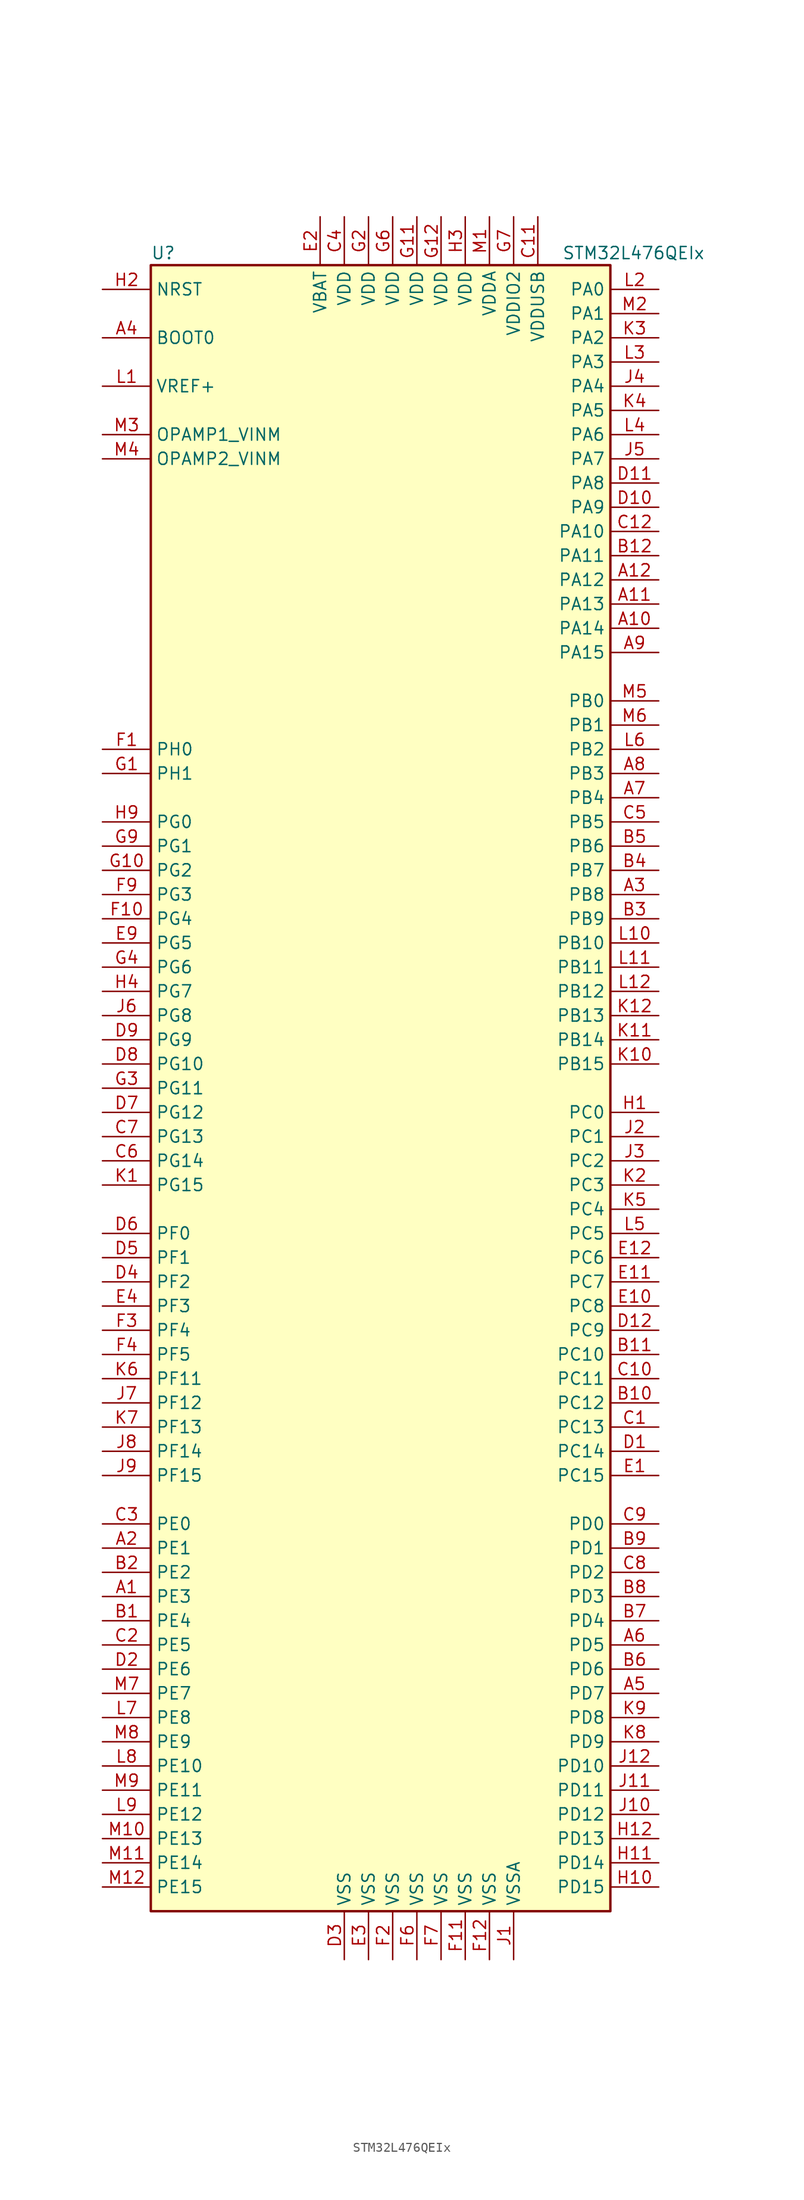
<source format=kicad_sym>
(kicad_symbol_lib
  (version 20201005)
  (generator kicad_symbol_editor)
  (symbol "MCU_ST_STM32L4:STM32L476QEIx"
    (property "Reference" "U"
      (at -25.4 87.63 0)
      (effects (font (size 1.27 1.27)) (justify left)))
    (property "Value" "STM32L476QEIx"
      (at 17.78 87.63 0)
      (effects (font (size 1.27 1.27)) (justify left)))
    (symbol "STM32L476QEIx_0_1"
      (rectangle (start -25.4 -86.36) (end 22.86 86.36) (stroke (width 0.254)) (fill (type background))))
    (symbol "STM32L476QEIx_1_1"
      (pin bidirectional line (at -30.48 -53.34 0) (length 5.08) (name "PE3" (effects (font (size 1.27 1.27)))) (number "A1" (effects (font (size 1.27 1.27)))))
      (pin bidirectional line (at 27.94 48.26 180) (length 5.08) (name "PA14" (effects (font (size 1.27 1.27)))) (number "A10" (effects (font (size 1.27 1.27)))))
      (pin bidirectional line (at 27.94 50.8 180) (length 5.08) (name "PA13" (effects (font (size 1.27 1.27)))) (number "A11" (effects (font (size 1.27 1.27)))))
      (pin bidirectional line (at 27.94 53.34 180) (length 5.08) (name "PA12" (effects (font (size 1.27 1.27)))) (number "A12" (effects (font (size 1.27 1.27)))))
      (pin bidirectional line (at -30.48 -48.26 0) (length 5.08) (name "PE1" (effects (font (size 1.27 1.27)))) (number "A2" (effects (font (size 1.27 1.27)))))
      (pin bidirectional line (at 27.94 20.32 180) (length 5.08) (name "PB8" (effects (font (size 1.27 1.27)))) (number "A3" (effects (font (size 1.27 1.27)))))
      (pin input line (at -30.48 78.74 0) (length 5.08) (name "BOOT0" (effects (font (size 1.27 1.27)))) (number "A4" (effects (font (size 1.27 1.27)))))
      (pin bidirectional line (at 27.94 -63.5 180) (length 5.08) (name "PD7" (effects (font (size 1.27 1.27)))) (number "A5" (effects (font (size 1.27 1.27)))))
      (pin bidirectional line (at 27.94 -58.42 180) (length 5.08) (name "PD5" (effects (font (size 1.27 1.27)))) (number "A6" (effects (font (size 1.27 1.27)))))
      (pin bidirectional line (at 27.94 30.48 180) (length 5.08) (name "PB4" (effects (font (size 1.27 1.27)))) (number "A7" (effects (font (size 1.27 1.27)))))
      (pin bidirectional line (at 27.94 33.02 180) (length 5.08) (name "PB3" (effects (font (size 1.27 1.27)))) (number "A8" (effects (font (size 1.27 1.27)))))
      (pin bidirectional line (at 27.94 45.72 180) (length 5.08) (name "PA15" (effects (font (size 1.27 1.27)))) (number "A9" (effects (font (size 1.27 1.27)))))
      (pin bidirectional line (at -30.48 -55.88 0) (length 5.08) (name "PE4" (effects (font (size 1.27 1.27)))) (number "B1" (effects (font (size 1.27 1.27)))))
      (pin bidirectional line (at 27.94 -33.02 180) (length 5.08) (name "PC12" (effects (font (size 1.27 1.27)))) (number "B10" (effects (font (size 1.27 1.27)))))
      (pin bidirectional line (at 27.94 -27.94 180) (length 5.08) (name "PC10" (effects (font (size 1.27 1.27)))) (number "B11" (effects (font (size 1.27 1.27)))))
      (pin bidirectional line (at 27.94 55.88 180) (length 5.08) (name "PA11" (effects (font (size 1.27 1.27)))) (number "B12" (effects (font (size 1.27 1.27)))))
      (pin bidirectional line (at -30.48 -50.8 0) (length 5.08) (name "PE2" (effects (font (size 1.27 1.27)))) (number "B2" (effects (font (size 1.27 1.27)))))
      (pin bidirectional line (at 27.94 17.78 180) (length 5.08) (name "PB9" (effects (font (size 1.27 1.27)))) (number "B3" (effects (font (size 1.27 1.27)))))
      (pin bidirectional line (at 27.94 22.86 180) (length 5.08) (name "PB7" (effects (font (size 1.27 1.27)))) (number "B4" (effects (font (size 1.27 1.27)))))
      (pin bidirectional line (at 27.94 25.4 180) (length 5.08) (name "PB6" (effects (font (size 1.27 1.27)))) (number "B5" (effects (font (size 1.27 1.27)))))
      (pin bidirectional line (at 27.94 -60.96 180) (length 5.08) (name "PD6" (effects (font (size 1.27 1.27)))) (number "B6" (effects (font (size 1.27 1.27)))))
      (pin bidirectional line (at 27.94 -55.88 180) (length 5.08) (name "PD4" (effects (font (size 1.27 1.27)))) (number "B7" (effects (font (size 1.27 1.27)))))
      (pin bidirectional line (at 27.94 -53.34 180) (length 5.08) (name "PD3" (effects (font (size 1.27 1.27)))) (number "B8" (effects (font (size 1.27 1.27)))))
      (pin bidirectional line (at 27.94 -48.26 180) (length 5.08) (name "PD1" (effects (font (size 1.27 1.27)))) (number "B9" (effects (font (size 1.27 1.27)))))
      (pin bidirectional line (at 27.94 -35.56 180) (length 5.08) (name "PC13" (effects (font (size 1.27 1.27)))) (number "C1" (effects (font (size 1.27 1.27)))))
      (pin bidirectional line (at 27.94 -30.48 180) (length 5.08) (name "PC11" (effects (font (size 1.27 1.27)))) (number "C10" (effects (font (size 1.27 1.27)))))
      (pin power_in line (at 15.24 91.44 270) (length 5.08) (name "VDDUSB" (effects (font (size 1.27 1.27)))) (number "C11" (effects (font (size 1.27 1.27)))))
      (pin bidirectional line (at 27.94 58.42 180) (length 5.08) (name "PA10" (effects (font (size 1.27 1.27)))) (number "C12" (effects (font (size 1.27 1.27)))))
      (pin bidirectional line (at -30.48 -58.42 0) (length 5.08) (name "PE5" (effects (font (size 1.27 1.27)))) (number "C2" (effects (font (size 1.27 1.27)))))
      (pin bidirectional line (at -30.48 -45.72 0) (length 5.08) (name "PE0" (effects (font (size 1.27 1.27)))) (number "C3" (effects (font (size 1.27 1.27)))))
      (pin power_in line (at -5.08 91.44 270) (length 5.08) (name "VDD" (effects (font (size 1.27 1.27)))) (number "C4" (effects (font (size 1.27 1.27)))))
      (pin bidirectional line (at 27.94 27.94 180) (length 5.08) (name "PB5" (effects (font (size 1.27 1.27)))) (number "C5" (effects (font (size 1.27 1.27)))))
      (pin bidirectional line (at -30.48 -7.62 0) (length 5.08) (name "PG14" (effects (font (size 1.27 1.27)))) (number "C6" (effects (font (size 1.27 1.27)))))
      (pin bidirectional line (at -30.48 -5.08 0) (length 5.08) (name "PG13" (effects (font (size 1.27 1.27)))) (number "C7" (effects (font (size 1.27 1.27)))))
      (pin bidirectional line (at 27.94 -50.8 180) (length 5.08) (name "PD2" (effects (font (size 1.27 1.27)))) (number "C8" (effects (font (size 1.27 1.27)))))
      (pin bidirectional line (at 27.94 -45.72 180) (length 5.08) (name "PD0" (effects (font (size 1.27 1.27)))) (number "C9" (effects (font (size 1.27 1.27)))))
      (pin bidirectional line (at 27.94 -38.1 180) (length 5.08) (name "PC14" (effects (font (size 1.27 1.27)))) (number "D1" (effects (font (size 1.27 1.27)))))
      (pin bidirectional line (at 27.94 60.96 180) (length 5.08) (name "PA9" (effects (font (size 1.27 1.27)))) (number "D10" (effects (font (size 1.27 1.27)))))
      (pin bidirectional line (at 27.94 63.5 180) (length 5.08) (name "PA8" (effects (font (size 1.27 1.27)))) (number "D11" (effects (font (size 1.27 1.27)))))
      (pin bidirectional line (at 27.94 -25.4 180) (length 5.08) (name "PC9" (effects (font (size 1.27 1.27)))) (number "D12" (effects (font (size 1.27 1.27)))))
      (pin bidirectional line (at -30.48 -60.96 0) (length 5.08) (name "PE6" (effects (font (size 1.27 1.27)))) (number "D2" (effects (font (size 1.27 1.27)))))
      (pin power_in line (at -5.08 -91.44 90) (length 5.08) (name "VSS" (effects (font (size 1.27 1.27)))) (number "D3" (effects (font (size 1.27 1.27)))))
      (pin bidirectional line (at -30.48 -20.32 0) (length 5.08) (name "PF2" (effects (font (size 1.27 1.27)))) (number "D4" (effects (font (size 1.27 1.27)))))
      (pin bidirectional line (at -30.48 -17.78 0) (length 5.08) (name "PF1" (effects (font (size 1.27 1.27)))) (number "D5" (effects (font (size 1.27 1.27)))))
      (pin bidirectional line (at -30.48 -15.24 0) (length 5.08) (name "PF0" (effects (font (size 1.27 1.27)))) (number "D6" (effects (font (size 1.27 1.27)))))
      (pin bidirectional line (at -30.48 -2.54 0) (length 5.08) (name "PG12" (effects (font (size 1.27 1.27)))) (number "D7" (effects (font (size 1.27 1.27)))))
      (pin bidirectional line (at -30.48 2.54 0) (length 5.08) (name "PG10" (effects (font (size 1.27 1.27)))) (number "D8" (effects (font (size 1.27 1.27)))))
      (pin bidirectional line (at -30.48 5.08 0) (length 5.08) (name "PG9" (effects (font (size 1.27 1.27)))) (number "D9" (effects (font (size 1.27 1.27)))))
      (pin bidirectional line (at 27.94 -40.64 180) (length 5.08) (name "PC15" (effects (font (size 1.27 1.27)))) (number "E1" (effects (font (size 1.27 1.27)))))
      (pin bidirectional line (at 27.94 -22.86 180) (length 5.08) (name "PC8" (effects (font (size 1.27 1.27)))) (number "E10" (effects (font (size 1.27 1.27)))))
      (pin bidirectional line (at 27.94 -20.32 180) (length 5.08) (name "PC7" (effects (font (size 1.27 1.27)))) (number "E11" (effects (font (size 1.27 1.27)))))
      (pin bidirectional line (at 27.94 -17.78 180) (length 5.08) (name "PC6" (effects (font (size 1.27 1.27)))) (number "E12" (effects (font (size 1.27 1.27)))))
      (pin power_in line (at -7.62 91.44 270) (length 5.08) (name "VBAT" (effects (font (size 1.27 1.27)))) (number "E2" (effects (font (size 1.27 1.27)))))
      (pin power_in line (at -2.54 -91.44 90) (length 5.08) (name "VSS" (effects (font (size 1.27 1.27)))) (number "E3" (effects (font (size 1.27 1.27)))))
      (pin bidirectional line (at -30.48 -22.86 0) (length 5.08) (name "PF3" (effects (font (size 1.27 1.27)))) (number "E4" (effects (font (size 1.27 1.27)))))
      (pin bidirectional line (at -30.48 15.24 0) (length 5.08) (name "PG5" (effects (font (size 1.27 1.27)))) (number "E9" (effects (font (size 1.27 1.27)))))
      (pin input line (at -30.48 35.56 0) (length 5.08) (name "PH0" (effects (font (size 1.27 1.27)))) (number "F1" (effects (font (size 1.27 1.27)))))
      (pin bidirectional line (at -30.48 17.78 0) (length 5.08) (name "PG4" (effects (font (size 1.27 1.27)))) (number "F10" (effects (font (size 1.27 1.27)))))
      (pin power_in line (at 7.62 -91.44 90) (length 5.08) (name "VSS" (effects (font (size 1.27 1.27)))) (number "F11" (effects (font (size 1.27 1.27)))))
      (pin power_in line (at 10.16 -91.44 90) (length 5.08) (name "VSS" (effects (font (size 1.27 1.27)))) (number "F12" (effects (font (size 1.27 1.27)))))
      (pin power_in line (at 0 -91.44 90) (length 5.08) (name "VSS" (effects (font (size 1.27 1.27)))) (number "F2" (effects (font (size 1.27 1.27)))))
      (pin bidirectional line (at -30.48 -25.4 0) (length 5.08) (name "PF4" (effects (font (size 1.27 1.27)))) (number "F3" (effects (font (size 1.27 1.27)))))
      (pin bidirectional line (at -30.48 -27.94 0) (length 5.08) (name "PF5" (effects (font (size 1.27 1.27)))) (number "F4" (effects (font (size 1.27 1.27)))))
      (pin power_in line (at 2.54 -91.44 90) (length 5.08) (name "VSS" (effects (font (size 1.27 1.27)))) (number "F6" (effects (font (size 1.27 1.27)))))
      (pin power_in line (at 5.08 -91.44 90) (length 5.08) (name "VSS" (effects (font (size 1.27 1.27)))) (number "F7" (effects (font (size 1.27 1.27)))))
      (pin bidirectional line (at -30.48 20.32 0) (length 5.08) (name "PG3" (effects (font (size 1.27 1.27)))) (number "F9" (effects (font (size 1.27 1.27)))))
      (pin input line (at -30.48 33.02 0) (length 5.08) (name "PH1" (effects (font (size 1.27 1.27)))) (number "G1" (effects (font (size 1.27 1.27)))))
      (pin bidirectional line (at -30.48 22.86 0) (length 5.08) (name "PG2" (effects (font (size 1.27 1.27)))) (number "G10" (effects (font (size 1.27 1.27)))))
      (pin power_in line (at 2.54 91.44 270) (length 5.08) (name "VDD" (effects (font (size 1.27 1.27)))) (number "G11" (effects (font (size 1.27 1.27)))))
      (pin power_in line (at 5.08 91.44 270) (length 5.08) (name "VDD" (effects (font (size 1.27 1.27)))) (number "G12" (effects (font (size 1.27 1.27)))))
      (pin power_in line (at -2.54 91.44 270) (length 5.08) (name "VDD" (effects (font (size 1.27 1.27)))) (number "G2" (effects (font (size 1.27 1.27)))))
      (pin bidirectional line (at -30.48 0 0) (length 5.08) (name "PG11" (effects (font (size 1.27 1.27)))) (number "G3" (effects (font (size 1.27 1.27)))))
      (pin bidirectional line (at -30.48 12.7 0) (length 5.08) (name "PG6" (effects (font (size 1.27 1.27)))) (number "G4" (effects (font (size 1.27 1.27)))))
      (pin power_in line (at 0 91.44 270) (length 5.08) (name "VDD" (effects (font (size 1.27 1.27)))) (number "G6" (effects (font (size 1.27 1.27)))))
      (pin power_in line (at 12.7 91.44 270) (length 5.08) (name "VDDIO2" (effects (font (size 1.27 1.27)))) (number "G7" (effects (font (size 1.27 1.27)))))
      (pin bidirectional line (at -30.48 25.4 0) (length 5.08) (name "PG1" (effects (font (size 1.27 1.27)))) (number "G9" (effects (font (size 1.27 1.27)))))
      (pin bidirectional line (at 27.94 -2.54 180) (length 5.08) (name "PC0" (effects (font (size 1.27 1.27)))) (number "H1" (effects (font (size 1.27 1.27)))))
      (pin bidirectional line (at 27.94 -83.82 180) (length 5.08) (name "PD15" (effects (font (size 1.27 1.27)))) (number "H10" (effects (font (size 1.27 1.27)))))
      (pin bidirectional line (at 27.94 -81.28 180) (length 5.08) (name "PD14" (effects (font (size 1.27 1.27)))) (number "H11" (effects (font (size 1.27 1.27)))))
      (pin bidirectional line (at 27.94 -78.74 180) (length 5.08) (name "PD13" (effects (font (size 1.27 1.27)))) (number "H12" (effects (font (size 1.27 1.27)))))
      (pin input line (at -30.48 83.82 0) (length 5.08) (name "NRST" (effects (font (size 1.27 1.27)))) (number "H2" (effects (font (size 1.27 1.27)))))
      (pin power_in line (at 7.62 91.44 270) (length 5.08) (name "VDD" (effects (font (size 1.27 1.27)))) (number "H3" (effects (font (size 1.27 1.27)))))
      (pin bidirectional line (at -30.48 10.16 0) (length 5.08) (name "PG7" (effects (font (size 1.27 1.27)))) (number "H4" (effects (font (size 1.27 1.27)))))
      (pin bidirectional line (at -30.48 27.94 0) (length 5.08) (name "PG0" (effects (font (size 1.27 1.27)))) (number "H9" (effects (font (size 1.27 1.27)))))
      (pin power_in line (at 12.7 -91.44 90) (length 5.08) (name "VSSA" (effects (font (size 1.27 1.27)))) (number "J1" (effects (font (size 1.27 1.27)))))
      (pin bidirectional line (at 27.94 -76.2 180) (length 5.08) (name "PD12" (effects (font (size 1.27 1.27)))) (number "J10" (effects (font (size 1.27 1.27)))))
      (pin bidirectional line (at 27.94 -73.66 180) (length 5.08) (name "PD11" (effects (font (size 1.27 1.27)))) (number "J11" (effects (font (size 1.27 1.27)))))
      (pin bidirectional line (at 27.94 -71.12 180) (length 5.08) (name "PD10" (effects (font (size 1.27 1.27)))) (number "J12" (effects (font (size 1.27 1.27)))))
      (pin bidirectional line (at 27.94 -5.08 180) (length 5.08) (name "PC1" (effects (font (size 1.27 1.27)))) (number "J2" (effects (font (size 1.27 1.27)))))
      (pin bidirectional line (at 27.94 -7.62 180) (length 5.08) (name "PC2" (effects (font (size 1.27 1.27)))) (number "J3" (effects (font (size 1.27 1.27)))))
      (pin bidirectional line (at 27.94 73.66 180) (length 5.08) (name "PA4" (effects (font (size 1.27 1.27)))) (number "J4" (effects (font (size 1.27 1.27)))))
      (pin bidirectional line (at 27.94 66.04 180) (length 5.08) (name "PA7" (effects (font (size 1.27 1.27)))) (number "J5" (effects (font (size 1.27 1.27)))))
      (pin bidirectional line (at -30.48 7.62 0) (length 5.08) (name "PG8" (effects (font (size 1.27 1.27)))) (number "J6" (effects (font (size 1.27 1.27)))))
      (pin bidirectional line (at -30.48 -33.02 0) (length 5.08) (name "PF12" (effects (font (size 1.27 1.27)))) (number "J7" (effects (font (size 1.27 1.27)))))
      (pin bidirectional line (at -30.48 -38.1 0) (length 5.08) (name "PF14" (effects (font (size 1.27 1.27)))) (number "J8" (effects (font (size 1.27 1.27)))))
      (pin bidirectional line (at -30.48 -40.64 0) (length 5.08) (name "PF15" (effects (font (size 1.27 1.27)))) (number "J9" (effects (font (size 1.27 1.27)))))
      (pin bidirectional line (at -30.48 -10.16 0) (length 5.08) (name "PG15" (effects (font (size 1.27 1.27)))) (number "K1" (effects (font (size 1.27 1.27)))))
      (pin bidirectional line (at 27.94 2.54 180) (length 5.08) (name "PB15" (effects (font (size 1.27 1.27)))) (number "K10" (effects (font (size 1.27 1.27)))))
      (pin bidirectional line (at 27.94 5.08 180) (length 5.08) (name "PB14" (effects (font (size 1.27 1.27)))) (number "K11" (effects (font (size 1.27 1.27)))))
      (pin bidirectional line (at 27.94 7.62 180) (length 5.08) (name "PB13" (effects (font (size 1.27 1.27)))) (number "K12" (effects (font (size 1.27 1.27)))))
      (pin bidirectional line (at 27.94 -10.16 180) (length 5.08) (name "PC3" (effects (font (size 1.27 1.27)))) (number "K2" (effects (font (size 1.27 1.27)))))
      (pin bidirectional line (at 27.94 78.74 180) (length 5.08) (name "PA2" (effects (font (size 1.27 1.27)))) (number "K3" (effects (font (size 1.27 1.27)))))
      (pin bidirectional line (at 27.94 71.12 180) (length 5.08) (name "PA5" (effects (font (size 1.27 1.27)))) (number "K4" (effects (font (size 1.27 1.27)))))
      (pin bidirectional line (at 27.94 -12.7 180) (length 5.08) (name "PC4" (effects (font (size 1.27 1.27)))) (number "K5" (effects (font (size 1.27 1.27)))))
      (pin bidirectional line (at -30.48 -30.48 0) (length 5.08) (name "PF11" (effects (font (size 1.27 1.27)))) (number "K6" (effects (font (size 1.27 1.27)))))
      (pin bidirectional line (at -30.48 -35.56 0) (length 5.08) (name "PF13" (effects (font (size 1.27 1.27)))) (number "K7" (effects (font (size 1.27 1.27)))))
      (pin bidirectional line (at 27.94 -68.58 180) (length 5.08) (name "PD9" (effects (font (size 1.27 1.27)))) (number "K8" (effects (font (size 1.27 1.27)))))
      (pin bidirectional line (at 27.94 -66.04 180) (length 5.08) (name "PD8" (effects (font (size 1.27 1.27)))) (number "K9" (effects (font (size 1.27 1.27)))))
      (pin bidirectional line (at -30.48 73.66 0) (length 5.08) (name "VREF+" (effects (font (size 1.27 1.27)))) (number "L1" (effects (font (size 1.27 1.27)))))
      (pin bidirectional line (at 27.94 15.24 180) (length 5.08) (name "PB10" (effects (font (size 1.27 1.27)))) (number "L10" (effects (font (size 1.27 1.27)))))
      (pin bidirectional line (at 27.94 12.7 180) (length 5.08) (name "PB11" (effects (font (size 1.27 1.27)))) (number "L11" (effects (font (size 1.27 1.27)))))
      (pin bidirectional line (at 27.94 10.16 180) (length 5.08) (name "PB12" (effects (font (size 1.27 1.27)))) (number "L12" (effects (font (size 1.27 1.27)))))
      (pin bidirectional line (at 27.94 83.82 180) (length 5.08) (name "PA0" (effects (font (size 1.27 1.27)))) (number "L2" (effects (font (size 1.27 1.27)))))
      (pin bidirectional line (at 27.94 76.2 180) (length 5.08) (name "PA3" (effects (font (size 1.27 1.27)))) (number "L3" (effects (font (size 1.27 1.27)))))
      (pin bidirectional line (at 27.94 68.58 180) (length 5.08) (name "PA6" (effects (font (size 1.27 1.27)))) (number "L4" (effects (font (size 1.27 1.27)))))
      (pin bidirectional line (at 27.94 -15.24 180) (length 5.08) (name "PC5" (effects (font (size 1.27 1.27)))) (number "L5" (effects (font (size 1.27 1.27)))))
      (pin bidirectional line (at 27.94 35.56 180) (length 5.08) (name "PB2" (effects (font (size 1.27 1.27)))) (number "L6" (effects (font (size 1.27 1.27)))))
      (pin bidirectional line (at -30.48 -66.04 0) (length 5.08) (name "PE8" (effects (font (size 1.27 1.27)))) (number "L7" (effects (font (size 1.27 1.27)))))
      (pin bidirectional line (at -30.48 -71.12 0) (length 5.08) (name "PE10" (effects (font (size 1.27 1.27)))) (number "L8" (effects (font (size 1.27 1.27)))))
      (pin bidirectional line (at -30.48 -76.2 0) (length 5.08) (name "PE12" (effects (font (size 1.27 1.27)))) (number "L9" (effects (font (size 1.27 1.27)))))
      (pin power_in line (at 10.16 91.44 270) (length 5.08) (name "VDDA" (effects (font (size 1.27 1.27)))) (number "M1" (effects (font (size 1.27 1.27)))))
      (pin bidirectional line (at -30.48 -78.74 0) (length 5.08) (name "PE13" (effects (font (size 1.27 1.27)))) (number "M10" (effects (font (size 1.27 1.27)))))
      (pin bidirectional line (at -30.48 -81.28 0) (length 5.08) (name "PE14" (effects (font (size 1.27 1.27)))) (number "M11" (effects (font (size 1.27 1.27)))))
      (pin bidirectional line (at -30.48 -83.82 0) (length 5.08) (name "PE15" (effects (font (size 1.27 1.27)))) (number "M12" (effects (font (size 1.27 1.27)))))
      (pin bidirectional line (at 27.94 81.28 180) (length 5.08) (name "PA1" (effects (font (size 1.27 1.27)))) (number "M2" (effects (font (size 1.27 1.27)))))
      (pin bidirectional line (at -30.48 68.58 0) (length 5.08) (name "OPAMP1_VINM" (effects (font (size 1.27 1.27)))) (number "M3" (effects (font (size 1.27 1.27)))))
      (pin bidirectional line (at -30.48 66.04 0) (length 5.08) (name "OPAMP2_VINM" (effects (font (size 1.27 1.27)))) (number "M4" (effects (font (size 1.27 1.27)))))
      (pin bidirectional line (at 27.94 40.64 180) (length 5.08) (name "PB0" (effects (font (size 1.27 1.27)))) (number "M5" (effects (font (size 1.27 1.27)))))
      (pin bidirectional line (at 27.94 38.1 180) (length 5.08) (name "PB1" (effects (font (size 1.27 1.27)))) (number "M6" (effects (font (size 1.27 1.27)))))
      (pin bidirectional line (at -30.48 -63.5 0) (length 5.08) (name "PE7" (effects (font (size 1.27 1.27)))) (number "M7" (effects (font (size 1.27 1.27)))))
      (pin bidirectional line (at -30.48 -68.58 0) (length 5.08) (name "PE9" (effects (font (size 1.27 1.27)))) (number "M8" (effects (font (size 1.27 1.27)))))
      (pin bidirectional line (at -30.48 -73.66 0) (length 5.08) (name "PE11" (effects (font (size 1.27 1.27)))) (number "M9" (effects (font (size 1.27 1.27))))))))
</source>
